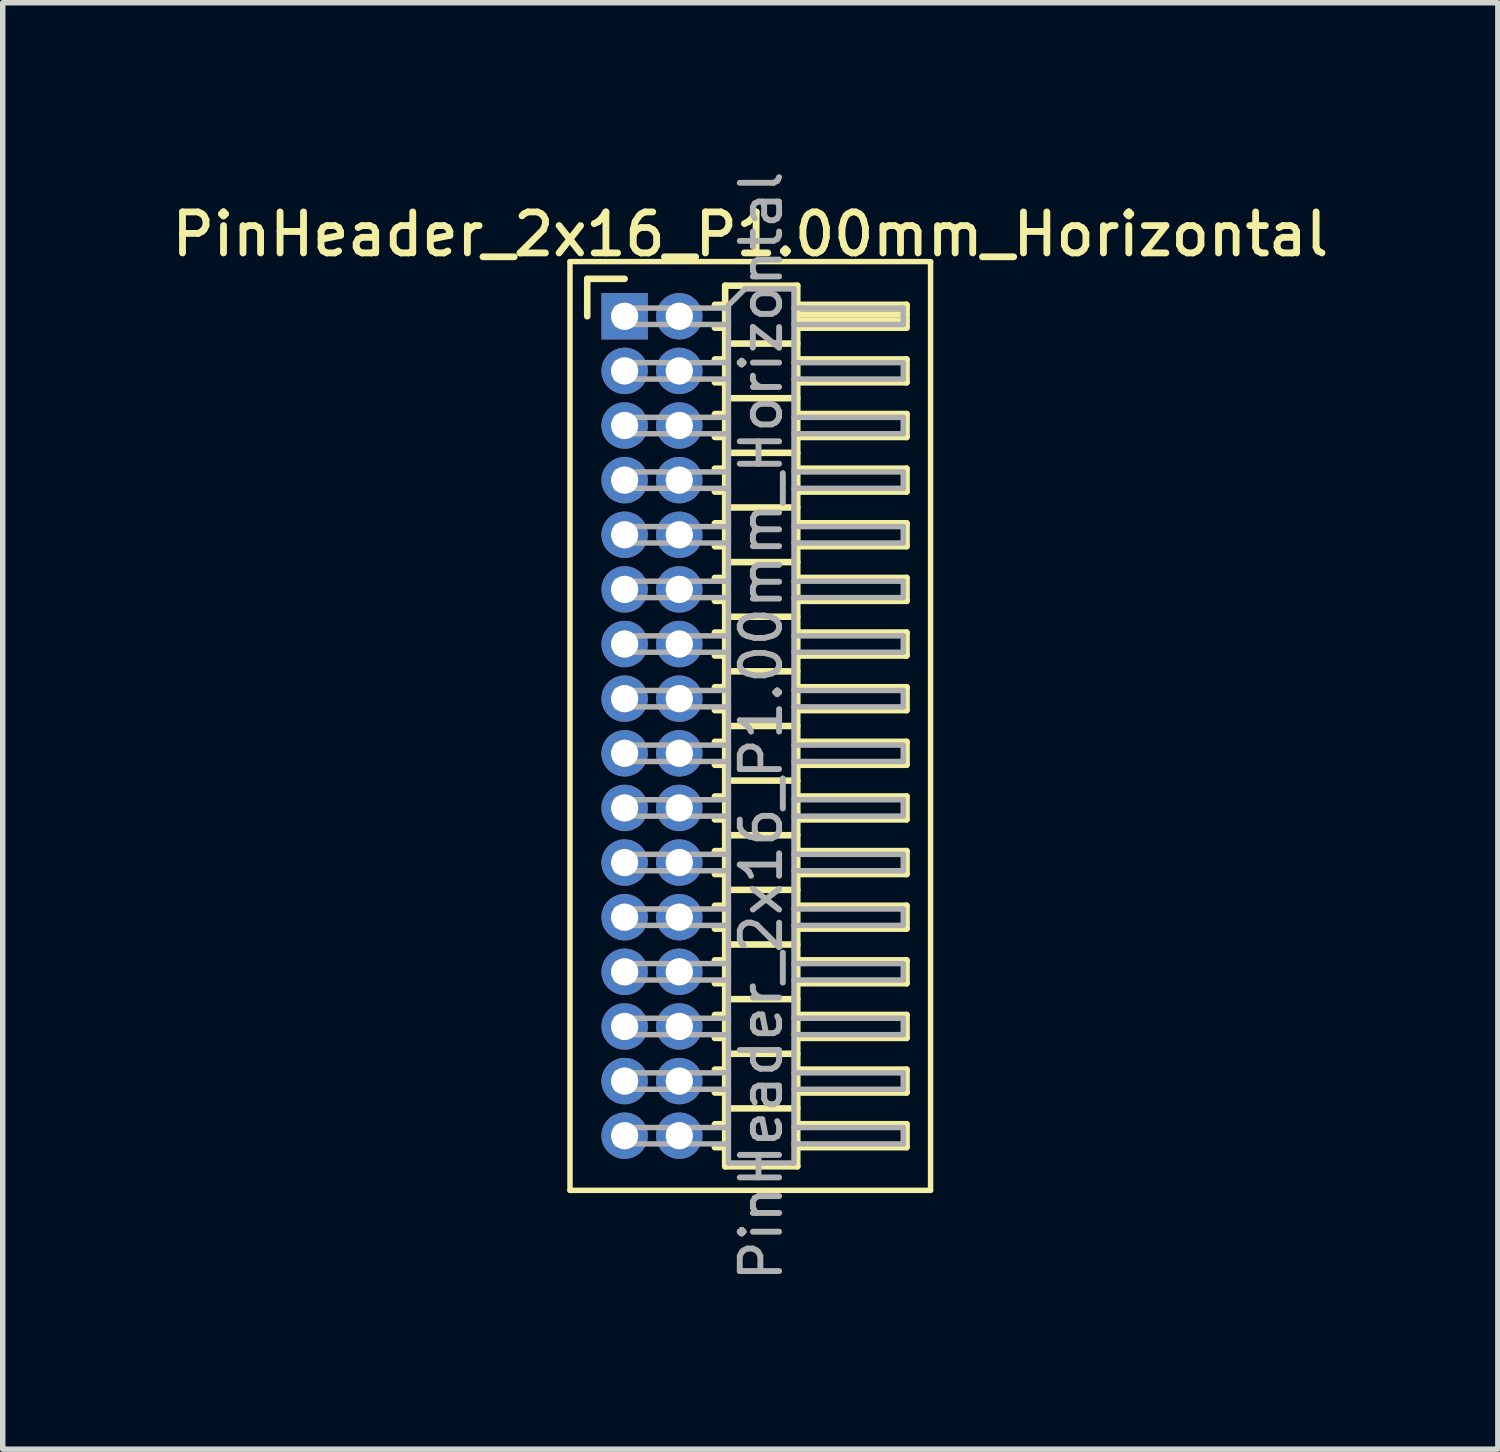
<source format=kicad_pcb>
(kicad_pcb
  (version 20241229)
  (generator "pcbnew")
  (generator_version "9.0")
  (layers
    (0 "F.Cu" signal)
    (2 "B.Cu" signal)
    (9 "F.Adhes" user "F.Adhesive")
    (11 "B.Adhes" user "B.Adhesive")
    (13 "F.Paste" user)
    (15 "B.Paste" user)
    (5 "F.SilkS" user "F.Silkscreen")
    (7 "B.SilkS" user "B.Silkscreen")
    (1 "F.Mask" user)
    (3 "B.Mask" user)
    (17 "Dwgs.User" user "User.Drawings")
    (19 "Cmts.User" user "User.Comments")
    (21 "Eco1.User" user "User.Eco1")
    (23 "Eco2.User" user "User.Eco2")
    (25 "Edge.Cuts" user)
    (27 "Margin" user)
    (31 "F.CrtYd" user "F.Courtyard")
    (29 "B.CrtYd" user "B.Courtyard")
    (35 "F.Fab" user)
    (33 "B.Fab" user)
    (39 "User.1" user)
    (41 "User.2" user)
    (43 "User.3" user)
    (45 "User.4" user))
  (footprint "PinHeader_2x16_P1.00mm_Horizontal"
    (layer "F.Cu")
    (at 8.384 2.739)
    (property "Reference" "PinHeader_2x16_P1.00mm_Horizontal" (at 2.3 -1.5 0) (layer "F.SilkS") (effects (font (size 0.75 0.75) (thickness 0.125))))
    (attr through_hole)
    (fp_line (start -1 -1) (end -1 16) (stroke (width 0.1) (type solid)) (layer "F.SilkS"))
    (fp_line (start -1 16) (end 5.6 16) (stroke (width 0.1) (type solid)) (layer "F.SilkS"))
    (fp_line (start -0.685 -0.685) (end 0 -0.685) (stroke (width 0.12) (type solid)) (layer "F.SilkS"))
    (fp_line (start -0.685 0) (end -0.685 -0.685) (stroke (width 0.12) (type solid)) (layer "F.SilkS"))
    (fp_line (start 1.652 -0.21) (end 1.84 -0.21) (stroke (width 0.12) (type solid)) (layer "F.SilkS"))
    (fp_line (start 1.652 0.21) (end 1.84 0.21) (stroke (width 0.12) (type solid)) (layer "F.SilkS"))
    (fp_line (start 1.652 0.79) (end 1.84 0.79) (stroke (width 0.12) (type solid)) (layer "F.SilkS"))
    (fp_line (start 1.652 1.21) (end 1.84 1.21) (stroke (width 0.12) (type solid)) (layer "F.SilkS"))
    (fp_line (start 1.652 1.79) (end 1.84 1.79) (stroke (width 0.12) (type solid)) (layer "F.SilkS"))
    (fp_line (start 1.652 2.21) (end 1.84 2.21) (stroke (width 0.12) (type solid)) (layer "F.SilkS"))
    (fp_line (start 1.652 2.79) (end 1.84 2.79) (stroke (width 0.12) (type solid)) (layer "F.SilkS"))
    (fp_line (start 1.652 3.21) (end 1.84 3.21) (stroke (width 0.12) (type solid)) (layer "F.SilkS"))
    (fp_line (start 1.652 3.79) (end 1.84 3.79) (stroke (width 0.12) (type solid)) (layer "F.SilkS"))
    (fp_line (start 1.652 4.21) (end 1.84 4.21) (stroke (width 0.12) (type solid)) (layer "F.SilkS"))
    (fp_line (start 1.652 4.79) (end 1.84 4.79) (stroke (width 0.12) (type solid)) (layer "F.SilkS"))
    (fp_line (start 1.652 5.21) (end 1.84 5.21) (stroke (width 0.12) (type solid)) (layer "F.SilkS"))
    (fp_line (start 1.652 5.79) (end 1.84 5.79) (stroke (width 0.12) (type solid)) (layer "F.SilkS"))
    (fp_line (start 1.652 6.21) (end 1.84 6.21) (stroke (width 0.12) (type solid)) (layer "F.SilkS"))
    (fp_line (start 1.652 6.79) (end 1.84 6.79) (stroke (width 0.12) (type solid)) (layer "F.SilkS"))
    (fp_line (start 1.652 7.21) (end 1.84 7.21) (stroke (width 0.12) (type solid)) (layer "F.SilkS"))
    (fp_line (start 1.652 7.79) (end 1.84 7.79) (stroke (width 0.12) (type solid)) (layer "F.SilkS"))
    (fp_line (start 1.652 8.21) (end 1.84 8.21) (stroke (width 0.12) (type solid)) (layer "F.SilkS"))
    (fp_line (start 1.652 8.79) (end 1.84 8.79) (stroke (width 0.12) (type solid)) (layer "F.SilkS"))
    (fp_line (start 1.652 9.21) (end 1.84 9.21) (stroke (width 0.12) (type solid)) (layer "F.SilkS"))
    (fp_line (start 1.652 9.79) (end 1.84 9.79) (stroke (width 0.12) (type solid)) (layer "F.SilkS"))
    (fp_line (start 1.652 10.21) (end 1.84 10.21) (stroke (width 0.12) (type solid)) (layer "F.SilkS"))
    (fp_line (start 1.652 10.79) (end 1.84 10.79) (stroke (width 0.12) (type solid)) (layer "F.SilkS"))
    (fp_line (start 1.652 11.21) (end 1.84 11.21) (stroke (width 0.12) (type solid)) (layer "F.SilkS"))
    (fp_line (start 1.652 11.79) (end 1.84 11.79) (stroke (width 0.12) (type solid)) (layer "F.SilkS"))
    (fp_line (start 1.652 12.21) (end 1.84 12.21) (stroke (width 0.12) (type solid)) (layer "F.SilkS"))
    (fp_line (start 1.652 12.79) (end 1.84 12.79) (stroke (width 0.12) (type solid)) (layer "F.SilkS"))
    (fp_line (start 1.652 13.21) (end 1.84 13.21) (stroke (width 0.12) (type solid)) (layer "F.SilkS"))
    (fp_line (start 1.652 13.79) (end 1.84 13.79) (stroke (width 0.12) (type solid)) (layer "F.SilkS"))
    (fp_line (start 1.652 14.21) (end 1.84 14.21) (stroke (width 0.12) (type solid)) (layer "F.SilkS"))
    (fp_line (start 1.652 14.79) (end 1.84 14.79) (stroke (width 0.12) (type solid)) (layer "F.SilkS"))
    (fp_line (start 1.652 15.21) (end 1.84 15.21) (stroke (width 0.12) (type solid)) (layer "F.SilkS"))
    (fp_line (start 1.84 -0.56) (end 1.84 15.56) (stroke (width 0.12) (type solid)) (layer "F.SilkS"))
    (fp_line (start 1.84 0.5) (end 3.16 0.5) (stroke (width 0.12) (type solid)) (layer "F.SilkS"))
    (fp_line (start 1.84 1.5) (end 3.16 1.5) (stroke (width 0.12) (type solid)) (layer "F.SilkS"))
    (fp_line (start 1.84 2.5) (end 3.16 2.5) (stroke (width 0.12) (type solid)) (layer "F.SilkS"))
    (fp_line (start 1.84 3.5) (end 3.16 3.5) (stroke (width 0.12) (type solid)) (layer "F.SilkS"))
    (fp_line (start 1.84 4.5) (end 3.16 4.5) (stroke (width 0.12) (type solid)) (layer "F.SilkS"))
    (fp_line (start 1.84 5.5) (end 3.16 5.5) (stroke (width 0.12) (type solid)) (layer "F.SilkS"))
    (fp_line (start 1.84 6.5) (end 3.16 6.5) (stroke (width 0.12) (type solid)) (layer "F.SilkS"))
    (fp_line (start 1.84 7.5) (end 3.16 7.5) (stroke (width 0.12) (type solid)) (layer "F.SilkS"))
    (fp_line (start 1.84 8.5) (end 3.16 8.5) (stroke (width 0.12) (type solid)) (layer "F.SilkS"))
    (fp_line (start 1.84 9.5) (end 3.16 9.5) (stroke (width 0.12) (type solid)) (layer "F.SilkS"))
    (fp_line (start 1.84 10.5) (end 3.16 10.5) (stroke (width 0.12) (type solid)) (layer "F.SilkS"))
    (fp_line (start 1.84 11.5) (end 3.16 11.5) (stroke (width 0.12) (type solid)) (layer "F.SilkS"))
    (fp_line (start 1.84 12.5) (end 3.16 12.5) (stroke (width 0.12) (type solid)) (layer "F.SilkS"))
    (fp_line (start 1.84 13.5) (end 3.16 13.5) (stroke (width 0.12) (type solid)) (layer "F.SilkS"))
    (fp_line (start 1.84 14.5) (end 3.16 14.5) (stroke (width 0.12) (type solid)) (layer "F.SilkS"))
    (fp_line (start 1.84 15.56) (end 3.16 15.56) (stroke (width 0.12) (type solid)) (layer "F.SilkS"))
    (fp_line (start 3.16 -0.56) (end 1.84 -0.56) (stroke (width 0.12) (type solid)) (layer "F.SilkS"))
    (fp_line (start 3.16 -0.21) (end 5.16 -0.21) (stroke (width 0.12) (type solid)) (layer "F.SilkS"))
    (fp_line (start 3.16 -0.15) (end 5.16 -0.15) (stroke (width 0.12) (type solid)) (layer "F.SilkS"))
    (fp_line (start 3.16 -0.03) (end 5.16 -0.03) (stroke (width 0.12) (type solid)) (layer "F.SilkS"))
    (fp_line (start 3.16 0.09) (end 5.16 0.09) (stroke (width 0.12) (type solid)) (layer "F.SilkS"))
    (fp_line (start 3.16 0.79) (end 5.16 0.79) (stroke (width 0.12) (type solid)) (layer "F.SilkS"))
    (fp_line (start 3.16 1.79) (end 5.16 1.79) (stroke (width 0.12) (type solid)) (layer "F.SilkS"))
    (fp_line (start 3.16 2.79) (end 5.16 2.79) (stroke (width 0.12) (type solid)) (layer "F.SilkS"))
    (fp_line (start 3.16 3.79) (end 5.16 3.79) (stroke (width 0.12) (type solid)) (layer "F.SilkS"))
    (fp_line (start 3.16 4.79) (end 5.16 4.79) (stroke (width 0.12) (type solid)) (layer "F.SilkS"))
    (fp_line (start 3.16 5.79) (end 5.16 5.79) (stroke (width 0.12) (type solid)) (layer "F.SilkS"))
    (fp_line (start 3.16 6.79) (end 5.16 6.79) (stroke (width 0.12) (type solid)) (layer "F.SilkS"))
    (fp_line (start 3.16 7.79) (end 5.16 7.79) (stroke (width 0.12) (type solid)) (layer "F.SilkS"))
    (fp_line (start 3.16 8.79) (end 5.16 8.79) (stroke (width 0.12) (type solid)) (layer "F.SilkS"))
    (fp_line (start 3.16 9.79) (end 5.16 9.79) (stroke (width 0.12) (type solid)) (layer "F.SilkS"))
    (fp_line (start 3.16 10.79) (end 5.16 10.79) (stroke (width 0.12) (type solid)) (layer "F.SilkS"))
    (fp_line (start 3.16 11.79) (end 5.16 11.79) (stroke (width 0.12) (type solid)) (layer "F.SilkS"))
    (fp_line (start 3.16 12.79) (end 5.16 12.79) (stroke (width 0.12) (type solid)) (layer "F.SilkS"))
    (fp_line (start 3.16 13.79) (end 5.16 13.79) (stroke (width 0.12) (type solid)) (layer "F.SilkS"))
    (fp_line (start 3.16 14.79) (end 5.16 14.79) (stroke (width 0.12) (type solid)) (layer "F.SilkS"))
    (fp_line (start 3.16 15.56) (end 3.16 -0.56) (stroke (width 0.12) (type solid)) (layer "F.SilkS"))
    (fp_line (start 5.16 -0.21) (end 5.16 0.21) (stroke (width 0.12) (type solid)) (layer "F.SilkS"))
    (fp_line (start 5.16 0.21) (end 3.16 0.21) (stroke (width 0.12) (type solid)) (layer "F.SilkS"))
    (fp_line (start 5.16 0.79) (end 5.16 1.21) (stroke (width 0.12) (type solid)) (layer "F.SilkS"))
    (fp_line (start 5.16 1.21) (end 3.16 1.21) (stroke (width 0.12) (type solid)) (layer "F.SilkS"))
    (fp_line (start 5.16 1.79) (end 5.16 2.21) (stroke (width 0.12) (type solid)) (layer "F.SilkS"))
    (fp_line (start 5.16 2.21) (end 3.16 2.21) (stroke (width 0.12) (type solid)) (layer "F.SilkS"))
    (fp_line (start 5.16 2.79) (end 5.16 3.21) (stroke (width 0.12) (type solid)) (layer "F.SilkS"))
    (fp_line (start 5.16 3.21) (end 3.16 3.21) (stroke (width 0.12) (type solid)) (layer "F.SilkS"))
    (fp_line (start 5.16 3.79) (end 5.16 4.21) (stroke (width 0.12) (type solid)) (layer "F.SilkS"))
    (fp_line (start 5.16 4.21) (end 3.16 4.21) (stroke (width 0.12) (type solid)) (layer "F.SilkS"))
    (fp_line (start 5.16 4.79) (end 5.16 5.21) (stroke (width 0.12) (type solid)) (layer "F.SilkS"))
    (fp_line (start 5.16 5.21) (end 3.16 5.21) (stroke (width 0.12) (type solid)) (layer "F.SilkS"))
    (fp_line (start 5.16 5.79) (end 5.16 6.21) (stroke (width 0.12) (type solid)) (layer "F.SilkS"))
    (fp_line (start 5.16 6.21) (end 3.16 6.21) (stroke (width 0.12) (type solid)) (layer "F.SilkS"))
    (fp_line (start 5.16 6.79) (end 5.16 7.21) (stroke (width 0.12) (type solid)) (layer "F.SilkS"))
    (fp_line (start 5.16 7.21) (end 3.16 7.21) (stroke (width 0.12) (type solid)) (layer "F.SilkS"))
    (fp_line (start 5.16 7.79) (end 5.16 8.21) (stroke (width 0.12) (type solid)) (layer "F.SilkS"))
    (fp_line (start 5.16 8.21) (end 3.16 8.21) (stroke (width 0.12) (type solid)) (layer "F.SilkS"))
    (fp_line (start 5.16 8.79) (end 5.16 9.21) (stroke (width 0.12) (type solid)) (layer "F.SilkS"))
    (fp_line (start 5.16 9.21) (end 3.16 9.21) (stroke (width 0.12) (type solid)) (layer "F.SilkS"))
    (fp_line (start 5.16 9.79) (end 5.16 10.21) (stroke (width 0.12) (type solid)) (layer "F.SilkS"))
    (fp_line (start 5.16 10.21) (end 3.16 10.21) (stroke (width 0.12) (type solid)) (layer "F.SilkS"))
    (fp_line (start 5.16 10.79) (end 5.16 11.21) (stroke (width 0.12) (type solid)) (layer "F.SilkS"))
    (fp_line (start 5.16 11.21) (end 3.16 11.21) (stroke (width 0.12) (type solid)) (layer "F.SilkS"))
    (fp_line (start 5.16 11.79) (end 5.16 12.21) (stroke (width 0.12) (type solid)) (layer "F.SilkS"))
    (fp_line (start 5.16 12.21) (end 3.16 12.21) (stroke (width 0.12) (type solid)) (layer "F.SilkS"))
    (fp_line (start 5.16 12.79) (end 5.16 13.21) (stroke (width 0.12) (type solid)) (layer "F.SilkS"))
    (fp_line (start 5.16 13.21) (end 3.16 13.21) (stroke (width 0.12) (type solid)) (layer "F.SilkS"))
    (fp_line (start 5.16 13.79) (end 5.16 14.21) (stroke (width 0.12) (type solid)) (layer "F.SilkS"))
    (fp_line (start 5.16 14.21) (end 3.16 14.21) (stroke (width 0.12) (type solid)) (layer "F.SilkS"))
    (fp_line (start 5.16 14.79) (end 5.16 15.21) (stroke (width 0.12) (type solid)) (layer "F.SilkS"))
    (fp_line (start 5.16 15.21) (end 3.16 15.21) (stroke (width 0.12) (type solid)) (layer "F.SilkS"))
    (fp_line (start 5.6 -1) (end -1 -1) (stroke (width 0.1) (type solid)) (layer "F.SilkS"))
    (fp_line (start 5.6 16) (end 5.6 -1) (stroke (width 0.1) (type solid)) (layer "F.SilkS"))
    (fp_line (start -0.15 -0.15) (end -0.15 0.15) (stroke (width 0.1) (type solid)) (layer "F.Fab"))
    (fp_line (start -0.15 -0.15) (end 1.9 -0.15) (stroke (width 0.1) (type solid)) (layer "F.Fab"))
    (fp_line (start -0.15 0.15) (end 1.9 0.15) (stroke (width 0.1) (type solid)) (layer "F.Fab"))
    (fp_line (start -0.15 0.85) (end -0.15 1.15) (stroke (width 0.1) (type solid)) (layer "F.Fab"))
    (fp_line (start -0.15 0.85) (end 1.9 0.85) (stroke (width 0.1) (type solid)) (layer "F.Fab"))
    (fp_line (start -0.15 1.15) (end 1.9 1.15) (stroke (width 0.1) (type solid)) (layer "F.Fab"))
    (fp_line (start -0.15 1.85) (end -0.15 2.15) (stroke (width 0.1) (type solid)) (layer "F.Fab"))
    (fp_line (start -0.15 1.85) (end 1.9 1.85) (stroke (width 0.1) (type solid)) (layer "F.Fab"))
    (fp_line (start -0.15 2.15) (end 1.9 2.15) (stroke (width 0.1) (type solid)) (layer "F.Fab"))
    (fp_line (start -0.15 2.85) (end -0.15 3.15) (stroke (width 0.1) (type solid)) (layer "F.Fab"))
    (fp_line (start -0.15 2.85) (end 1.9 2.85) (stroke (width 0.1) (type solid)) (layer "F.Fab"))
    (fp_line (start -0.15 3.15) (end 1.9 3.15) (stroke (width 0.1) (type solid)) (layer "F.Fab"))
    (fp_line (start -0.15 3.85) (end -0.15 4.15) (stroke (width 0.1) (type solid)) (layer "F.Fab"))
    (fp_line (start -0.15 3.85) (end 1.9 3.85) (stroke (width 0.1) (type solid)) (layer "F.Fab"))
    (fp_line (start -0.15 4.15) (end 1.9 4.15) (stroke (width 0.1) (type solid)) (layer "F.Fab"))
    (fp_line (start -0.15 4.85) (end -0.15 5.15) (stroke (width 0.1) (type solid)) (layer "F.Fab"))
    (fp_line (start -0.15 4.85) (end 1.9 4.85) (stroke (width 0.1) (type solid)) (layer "F.Fab"))
    (fp_line (start -0.15 5.15) (end 1.9 5.15) (stroke (width 0.1) (type solid)) (layer "F.Fab"))
    (fp_line (start -0.15 5.85) (end -0.15 6.15) (stroke (width 0.1) (type solid)) (layer "F.Fab"))
    (fp_line (start -0.15 5.85) (end 1.9 5.85) (stroke (width 0.1) (type solid)) (layer "F.Fab"))
    (fp_line (start -0.15 6.15) (end 1.9 6.15) (stroke (width 0.1) (type solid)) (layer "F.Fab"))
    (fp_line (start -0.15 6.85) (end -0.15 7.15) (stroke (width 0.1) (type solid)) (layer "F.Fab"))
    (fp_line (start -0.15 6.85) (end 1.9 6.85) (stroke (width 0.1) (type solid)) (layer "F.Fab"))
    (fp_line (start -0.15 7.15) (end 1.9 7.15) (stroke (width 0.1) (type solid)) (layer "F.Fab"))
    (fp_line (start -0.15 7.85) (end -0.15 8.15) (stroke (width 0.1) (type solid)) (layer "F.Fab"))
    (fp_line (start -0.15 7.85) (end 1.9 7.85) (stroke (width 0.1) (type solid)) (layer "F.Fab"))
    (fp_line (start -0.15 8.15) (end 1.9 8.15) (stroke (width 0.1) (type solid)) (layer "F.Fab"))
    (fp_line (start -0.15 8.85) (end -0.15 9.15) (stroke (width 0.1) (type solid)) (layer "F.Fab"))
    (fp_line (start -0.15 8.85) (end 1.9 8.85) (stroke (width 0.1) (type solid)) (layer "F.Fab"))
    (fp_line (start -0.15 9.15) (end 1.9 9.15) (stroke (width 0.1) (type solid)) (layer "F.Fab"))
    (fp_line (start -0.15 9.85) (end -0.15 10.15) (stroke (width 0.1) (type solid)) (layer "F.Fab"))
    (fp_line (start -0.15 9.85) (end 1.9 9.85) (stroke (width 0.1) (type solid)) (layer "F.Fab"))
    (fp_line (start -0.15 10.15) (end 1.9 10.15) (stroke (width 0.1) (type solid)) (layer "F.Fab"))
    (fp_line (start -0.15 10.85) (end -0.15 11.15) (stroke (width 0.1) (type solid)) (layer "F.Fab"))
    (fp_line (start -0.15 10.85) (end 1.9 10.85) (stroke (width 0.1) (type solid)) (layer "F.Fab"))
    (fp_line (start -0.15 11.15) (end 1.9 11.15) (stroke (width 0.1) (type solid)) (layer "F.Fab"))
    (fp_line (start -0.15 11.85) (end -0.15 12.15) (stroke (width 0.1) (type solid)) (layer "F.Fab"))
    (fp_line (start -0.15 11.85) (end 1.9 11.85) (stroke (width 0.1) (type solid)) (layer "F.Fab"))
    (fp_line (start -0.15 12.15) (end 1.9 12.15) (stroke (width 0.1) (type solid)) (layer "F.Fab"))
    (fp_line (start -0.15 12.85) (end -0.15 13.15) (stroke (width 0.1) (type solid)) (layer "F.Fab"))
    (fp_line (start -0.15 12.85) (end 1.9 12.85) (stroke (width 0.1) (type solid)) (layer "F.Fab"))
    (fp_line (start -0.15 13.15) (end 1.9 13.15) (stroke (width 0.1) (type solid)) (layer "F.Fab"))
    (fp_line (start -0.15 13.85) (end -0.15 14.15) (stroke (width 0.1) (type solid)) (layer "F.Fab"))
    (fp_line (start -0.15 13.85) (end 1.9 13.85) (stroke (width 0.1) (type solid)) (layer "F.Fab"))
    (fp_line (start -0.15 14.15) (end 1.9 14.15) (stroke (width 0.1) (type solid)) (layer "F.Fab"))
    (fp_line (start -0.15 14.85) (end -0.15 15.15) (stroke (width 0.1) (type solid)) (layer "F.Fab"))
    (fp_line (start -0.15 14.85) (end 1.9 14.85) (stroke (width 0.1) (type solid)) (layer "F.Fab"))
    (fp_line (start -0.15 15.15) (end 1.9 15.15) (stroke (width 0.1) (type solid)) (layer "F.Fab"))
    (fp_line (start 1.9 -0.2) (end 2.2 -0.5) (stroke (width 0.1) (type solid)) (layer "F.Fab"))
    (fp_line (start 1.9 15.5) (end 1.9 -0.2) (stroke (width 0.1) (type solid)) (layer "F.Fab"))
    (fp_line (start 2.2 -0.5) (end 3.1 -0.5) (stroke (width 0.1) (type solid)) (layer "F.Fab"))
    (fp_line (start 3.1 -0.5) (end 3.1 15.5) (stroke (width 0.1) (type solid)) (layer "F.Fab"))
    (fp_line (start 3.1 -0.15) (end 5.1 -0.15) (stroke (width 0.1) (type solid)) (layer "F.Fab"))
    (fp_line (start 3.1 0.15) (end 5.1 0.15) (stroke (width 0.1) (type solid)) (layer "F.Fab"))
    (fp_line (start 3.1 0.85) (end 5.1 0.85) (stroke (width 0.1) (type solid)) (layer "F.Fab"))
    (fp_line (start 3.1 1.15) (end 5.1 1.15) (stroke (width 0.1) (type solid)) (layer "F.Fab"))
    (fp_line (start 3.1 1.85) (end 5.1 1.85) (stroke (width 0.1) (type solid)) (layer "F.Fab"))
    (fp_line (start 3.1 2.15) (end 5.1 2.15) (stroke (width 0.1) (type solid)) (layer "F.Fab"))
    (fp_line (start 3.1 2.85) (end 5.1 2.85) (stroke (width 0.1) (type solid)) (layer "F.Fab"))
    (fp_line (start 3.1 3.15) (end 5.1 3.15) (stroke (width 0.1) (type solid)) (layer "F.Fab"))
    (fp_line (start 3.1 3.85) (end 5.1 3.85) (stroke (width 0.1) (type solid)) (layer "F.Fab"))
    (fp_line (start 3.1 4.15) (end 5.1 4.15) (stroke (width 0.1) (type solid)) (layer "F.Fab"))
    (fp_line (start 3.1 4.85) (end 5.1 4.85) (stroke (width 0.1) (type solid)) (layer "F.Fab"))
    (fp_line (start 3.1 5.15) (end 5.1 5.15) (stroke (width 0.1) (type solid)) (layer "F.Fab"))
    (fp_line (start 3.1 5.85) (end 5.1 5.85) (stroke (width 0.1) (type solid)) (layer "F.Fab"))
    (fp_line (start 3.1 6.15) (end 5.1 6.15) (stroke (width 0.1) (type solid)) (layer "F.Fab"))
    (fp_line (start 3.1 6.85) (end 5.1 6.85) (stroke (width 0.1) (type solid)) (layer "F.Fab"))
    (fp_line (start 3.1 7.15) (end 5.1 7.15) (stroke (width 0.1) (type solid)) (layer "F.Fab"))
    (fp_line (start 3.1 7.85) (end 5.1 7.85) (stroke (width 0.1) (type solid)) (layer "F.Fab"))
    (fp_line (start 3.1 8.15) (end 5.1 8.15) (stroke (width 0.1) (type solid)) (layer "F.Fab"))
    (fp_line (start 3.1 8.85) (end 5.1 8.85) (stroke (width 0.1) (type solid)) (layer "F.Fab"))
    (fp_line (start 3.1 9.15) (end 5.1 9.15) (stroke (width 0.1) (type solid)) (layer "F.Fab"))
    (fp_line (start 3.1 9.85) (end 5.1 9.85) (stroke (width 0.1) (type solid)) (layer "F.Fab"))
    (fp_line (start 3.1 10.15) (end 5.1 10.15) (stroke (width 0.1) (type solid)) (layer "F.Fab"))
    (fp_line (start 3.1 10.85) (end 5.1 10.85) (stroke (width 0.1) (type solid)) (layer "F.Fab"))
    (fp_line (start 3.1 11.15) (end 5.1 11.15) (stroke (width 0.1) (type solid)) (layer "F.Fab"))
    (fp_line (start 3.1 11.85) (end 5.1 11.85) (stroke (width 0.1) (type solid)) (layer "F.Fab"))
    (fp_line (start 3.1 12.15) (end 5.1 12.15) (stroke (width 0.1) (type solid)) (layer "F.Fab"))
    (fp_line (start 3.1 12.85) (end 5.1 12.85) (stroke (width 0.1) (type solid)) (layer "F.Fab"))
    (fp_line (start 3.1 13.15) (end 5.1 13.15) (stroke (width 0.1) (type solid)) (layer "F.Fab"))
    (fp_line (start 3.1 13.85) (end 5.1 13.85) (stroke (width 0.1) (type solid)) (layer "F.Fab"))
    (fp_line (start 3.1 14.15) (end 5.1 14.15) (stroke (width 0.1) (type solid)) (layer "F.Fab"))
    (fp_line (start 3.1 14.85) (end 5.1 14.85) (stroke (width 0.1) (type solid)) (layer "F.Fab"))
    (fp_line (start 3.1 15.15) (end 5.1 15.15) (stroke (width 0.1) (type solid)) (layer "F.Fab"))
    (fp_line (start 3.1 15.5) (end 1.9 15.5) (stroke (width 0.1) (type solid)) (layer "F.Fab"))
    (fp_line (start 5.1 -0.15) (end 5.1 0.15) (stroke (width 0.1) (type solid)) (layer "F.Fab"))
    (fp_line (start 5.1 0.85) (end 5.1 1.15) (stroke (width 0.1) (type solid)) (layer "F.Fab"))
    (fp_line (start 5.1 1.85) (end 5.1 2.15) (stroke (width 0.1) (type solid)) (layer "F.Fab"))
    (fp_line (start 5.1 2.85) (end 5.1 3.15) (stroke (width 0.1) (type solid)) (layer "F.Fab"))
    (fp_line (start 5.1 3.85) (end 5.1 4.15) (stroke (width 0.1) (type solid)) (layer "F.Fab"))
    (fp_line (start 5.1 4.85) (end 5.1 5.15) (stroke (width 0.1) (type solid)) (layer "F.Fab"))
    (fp_line (start 5.1 5.85) (end 5.1 6.15) (stroke (width 0.1) (type solid)) (layer "F.Fab"))
    (fp_line (start 5.1 6.85) (end 5.1 7.15) (stroke (width 0.1) (type solid)) (layer "F.Fab"))
    (fp_line (start 5.1 7.85) (end 5.1 8.15) (stroke (width 0.1) (type solid)) (layer "F.Fab"))
    (fp_line (start 5.1 8.85) (end 5.1 9.15) (stroke (width 0.1) (type solid)) (layer "F.Fab"))
    (fp_line (start 5.1 9.85) (end 5.1 10.15) (stroke (width 0.1) (type solid)) (layer "F.Fab"))
    (fp_line (start 5.1 10.85) (end 5.1 11.15) (stroke (width 0.1) (type solid)) (layer "F.Fab"))
    (fp_line (start 5.1 11.85) (end 5.1 12.15) (stroke (width 0.1) (type solid)) (layer "F.Fab"))
    (fp_line (start 5.1 12.85) (end 5.1 13.15) (stroke (width 0.1) (type solid)) (layer "F.Fab"))
    (fp_line (start 5.1 13.85) (end 5.1 14.15) (stroke (width 0.1) (type solid)) (layer "F.Fab"))
    (fp_line (start 5.1 14.85) (end 5.1 15.15) (stroke (width 0.1) (type solid)) (layer "F.Fab"))
    (fp_text user "${REFERENCE}" (at 2.5 7.5 90) (layer "F.Fab") (effects (font (size 0.72 0.72) (thickness 0.108))))
    (pad "1" thru_hole rect (at 0 0) (size 0.85 0.85) (drill 0.5) (layers "*.Cu" "*.Mask"))
    (pad "2" thru_hole oval (at 1 0) (size 0.85 0.85) (drill 0.5) (layers "*.Cu" "*.Mask"))
    (pad "3" thru_hole oval (at 0 1) (size 0.85 0.85) (drill 0.5) (layers "*.Cu" "*.Mask"))
    (pad "4" thru_hole oval (at 1 1) (size 0.85 0.85) (drill 0.5) (layers "*.Cu" "*.Mask"))
    (pad "5" thru_hole oval (at 0 2) (size 0.85 0.85) (drill 0.5) (layers "*.Cu" "*.Mask"))
    (pad "6" thru_hole oval (at 1 2) (size 0.85 0.85) (drill 0.5) (layers "*.Cu" "*.Mask"))
    (pad "7" thru_hole oval (at 0 3) (size 0.85 0.85) (drill 0.5) (layers "*.Cu" "*.Mask"))
    (pad "8" thru_hole oval (at 1 3) (size 0.85 0.85) (drill 0.5) (layers "*.Cu" "*.Mask"))
    (pad "9" thru_hole oval (at 0 4) (size 0.85 0.85) (drill 0.5) (layers "*.Cu" "*.Mask"))
    (pad "10" thru_hole oval (at 1 4) (size 0.85 0.85) (drill 0.5) (layers "*.Cu" "*.Mask"))
    (pad "11" thru_hole oval (at 0 5) (size 0.85 0.85) (drill 0.5) (layers "*.Cu" "*.Mask"))
    (pad "12" thru_hole oval (at 1 5) (size 0.85 0.85) (drill 0.5) (layers "*.Cu" "*.Mask"))
    (pad "13" thru_hole oval (at 0 6) (size 0.85 0.85) (drill 0.5) (layers "*.Cu" "*.Mask"))
    (pad "14" thru_hole oval (at 1 6) (size 0.85 0.85) (drill 0.5) (layers "*.Cu" "*.Mask"))
    (pad "15" thru_hole oval (at 0 7) (size 0.85 0.85) (drill 0.5) (layers "*.Cu" "*.Mask"))
    (pad "16" thru_hole oval (at 1 7) (size 0.85 0.85) (drill 0.5) (layers "*.Cu" "*.Mask"))
    (pad "17" thru_hole oval (at 0 8) (size 0.85 0.85) (drill 0.5) (layers "*.Cu" "*.Mask"))
    (pad "18" thru_hole oval (at 1 8) (size 0.85 0.85) (drill 0.5) (layers "*.Cu" "*.Mask"))
    (pad "19" thru_hole oval (at 0 9) (size 0.85 0.85) (drill 0.5) (layers "*.Cu" "*.Mask"))
    (pad "20" thru_hole oval (at 1 9) (size 0.85 0.85) (drill 0.5) (layers "*.Cu" "*.Mask"))
    (pad "21" thru_hole oval (at 0 10) (size 0.85 0.85) (drill 0.5) (layers "*.Cu" "*.Mask"))
    (pad "22" thru_hole oval (at 1 10) (size 0.85 0.85) (drill 0.5) (layers "*.Cu" "*.Mask"))
    (pad "23" thru_hole oval (at 0 11) (size 0.85 0.85) (drill 0.5) (layers "*.Cu" "*.Mask"))
    (pad "24" thru_hole oval (at 1 11) (size 0.85 0.85) (drill 0.5) (layers "*.Cu" "*.Mask"))
    (pad "25" thru_hole oval (at 0 12) (size 0.85 0.85) (drill 0.5) (layers "*.Cu" "*.Mask"))
    (pad "26" thru_hole oval (at 1 12) (size 0.85 0.85) (drill 0.5) (layers "*.Cu" "*.Mask"))
    (pad "27" thru_hole oval (at 0 13) (size 0.85 0.85) (drill 0.5) (layers "*.Cu" "*.Mask"))
    (pad "28" thru_hole oval (at 1 13) (size 0.85 0.85) (drill 0.5) (layers "*.Cu" "*.Mask"))
    (pad "29" thru_hole oval (at 0 14) (size 0.85 0.85) (drill 0.5) (layers "*.Cu" "*.Mask"))
    (pad "30" thru_hole oval (at 1 14) (size 0.85 0.85) (drill 0.5) (layers "*.Cu" "*.Mask"))
    (pad "31" thru_hole oval (at 0 15) (size 0.85 0.85) (drill 0.5) (layers "*.Cu" "*.Mask"))
    (pad "32" thru_hole oval (at 1 15) (size 0.85 0.85) (drill 0.5) (layers "*.Cu" "*.Mask")))
  (gr_rect
    (start -3 -3)
    (end 24.368 23.477)
    (stroke (width 0.1) (type default))
    (fill no)
    (layer "Edge.Cuts")))
</source>
